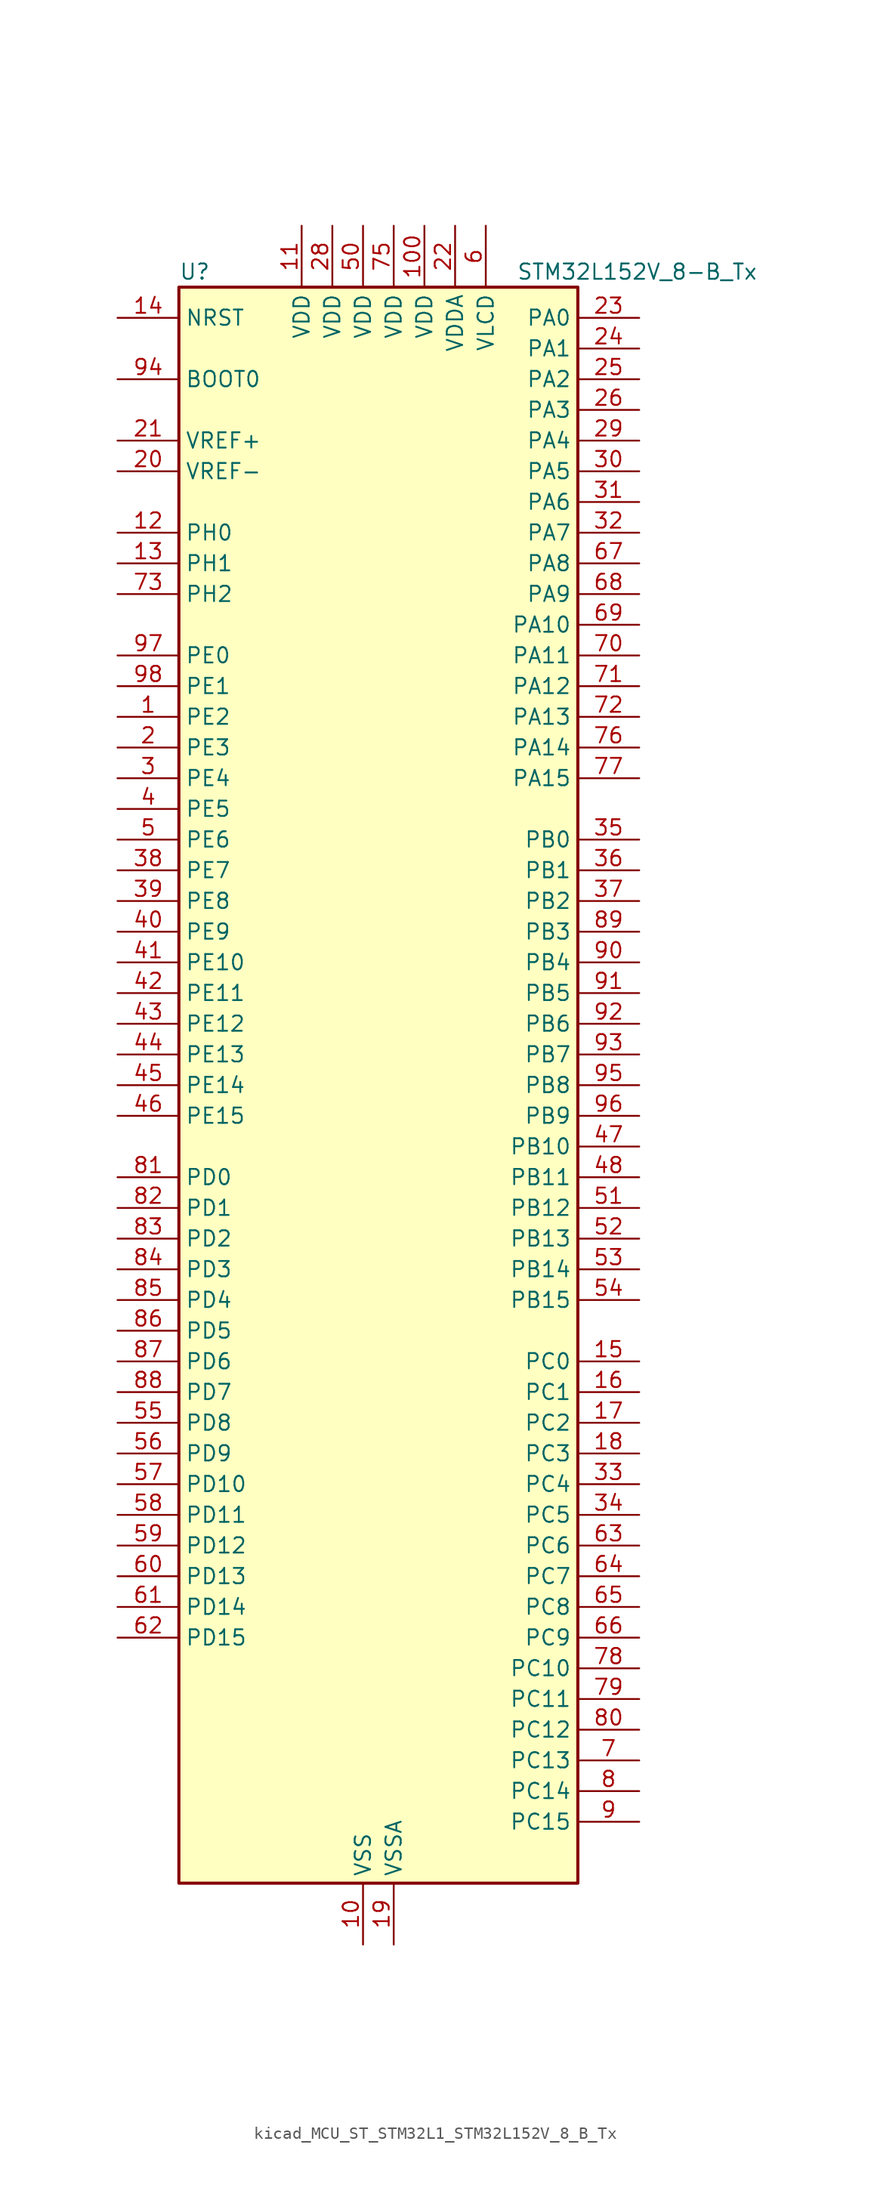
<source format=kicad_sym>
(kicad_symbol_lib
  (version 20220914)
  (generator kicad_symbol_editor)
  (symbol "kicad_MCU_ST_STM32L1_STM32L152V_8_B_Tx"
    (property "Reference" "U"
      (at -15.24 67.31 0)
      (effects (font (size 1.27 1.27)) (justify left)))
    (property "Value" "STM32L152V_8-B_Tx"
      (at 12.7 67.31 0)
      (effects (font (size 1.27 1.27)) (justify left)))
    (property "ki_locked" ""
      (at 0 0 0)
      (effects (font (size 1.27 1.27))))
    (symbol "kicad_MCU_ST_STM32L1_STM32L152V_8_B_Tx_0_1"
      (rectangle (start -15.24 -66.04) (end 17.78 66.04) (stroke (width 0.254) (type default)) (fill (type background))))
    (symbol "kicad_MCU_ST_STM32L1_STM32L152V_8_B_Tx_1_1"
      (pin bidirectional line (at -20.32 30.48 0) (length 5.08) (name "PE2" (effects (font (size 1.27 1.27)))) (number "1" (effects (font (size 1.27 1.27)))) (alternate "LCD_SEG38" bidirectional line) (alternate "SYS_TRACECK" bidirectional line) (alternate "TIM3_ETR" bidirectional line) (alternate "TIMX_IC3" bidirectional line))
      (pin power_in line (at 0 -71.12 90) (length 5.08) (name "VSS" (effects (font (size 1.27 1.27)))) (number "10" (effects (font (size 1.27 1.27)))))
      (pin power_in line (at 5.08 71.12 270) (length 5.08) (name "VDD" (effects (font (size 1.27 1.27)))) (number "100" (effects (font (size 1.27 1.27)))))
      (pin power_in line (at -5.08 71.12 270) (length 5.08) (name "VDD" (effects (font (size 1.27 1.27)))) (number "11" (effects (font (size 1.27 1.27)))))
      (pin bidirectional line (at -20.32 45.72 0) (length 5.08) (name "PH0" (effects (font (size 1.27 1.27)))) (number "12" (effects (font (size 1.27 1.27)))) (alternate "RCC_OSC_IN" bidirectional line))
      (pin bidirectional line (at -20.32 43.18 0) (length 5.08) (name "PH1" (effects (font (size 1.27 1.27)))) (number "13" (effects (font (size 1.27 1.27)))) (alternate "RCC_OSC_OUT" bidirectional line))
      (pin input line (at -20.32 63.5 0) (length 5.08) (name "NRST" (effects (font (size 1.27 1.27)))) (number "14" (effects (font (size 1.27 1.27)))))
      (pin bidirectional line (at 22.86 -22.86 180) (length 5.08) (name "PC0" (effects (font (size 1.27 1.27)))) (number "15" (effects (font (size 1.27 1.27)))) (alternate "ADC_IN10" bidirectional line) (alternate "COMP1_INP" bidirectional line) (alternate "LCD_SEG18" bidirectional line) (alternate "TIMX_IC1" bidirectional line) (alternate "TS_G8_IO1" bidirectional line))
      (pin bidirectional line (at 22.86 -25.4 180) (length 5.08) (name "PC1" (effects (font (size 1.27 1.27)))) (number "16" (effects (font (size 1.27 1.27)))) (alternate "ADC_IN11" bidirectional line) (alternate "COMP1_INP" bidirectional line) (alternate "LCD_SEG19" bidirectional line) (alternate "TIMX_IC2" bidirectional line) (alternate "TS_G8_IO2" bidirectional line))
      (pin bidirectional line (at 22.86 -27.94 180) (length 5.08) (name "PC2" (effects (font (size 1.27 1.27)))) (number "17" (effects (font (size 1.27 1.27)))) (alternate "ADC_IN12" bidirectional line) (alternate "COMP1_INP" bidirectional line) (alternate "LCD_SEG20" bidirectional line) (alternate "TIMX_IC3" bidirectional line) (alternate "TS_G8_IO3" bidirectional line))
      (pin bidirectional line (at 22.86 -30.48 180) (length 5.08) (name "PC3" (effects (font (size 1.27 1.27)))) (number "18" (effects (font (size 1.27 1.27)))) (alternate "ADC_IN13" bidirectional line) (alternate "COMP1_INP" bidirectional line) (alternate "LCD_SEG21" bidirectional line) (alternate "TIMX_IC4" bidirectional line) (alternate "TS_G8_IO4" bidirectional line))
      (pin power_in line (at 2.54 -71.12 90) (length 5.08) (name "VSSA" (effects (font (size 1.27 1.27)))) (number "19" (effects (font (size 1.27 1.27)))))
      (pin bidirectional line (at -20.32 27.94 0) (length 5.08) (name "PE3" (effects (font (size 1.27 1.27)))) (number "2" (effects (font (size 1.27 1.27)))) (alternate "LCD_SEG39" bidirectional line) (alternate "SYS_TRACED0" bidirectional line) (alternate "TIM3_CH1" bidirectional line) (alternate "TIMX_IC4" bidirectional line))
      (pin input line (at -20.32 50.8 0) (length 5.08) (name "VREF-" (effects (font (size 1.27 1.27)))) (number "20" (effects (font (size 1.27 1.27)))))
      (pin input line (at -20.32 53.34 0) (length 5.08) (name "VREF+" (effects (font (size 1.27 1.27)))) (number "21" (effects (font (size 1.27 1.27)))))
      (pin power_in line (at 7.62 71.12 270) (length 5.08) (name "VDDA" (effects (font (size 1.27 1.27)))) (number "22" (effects (font (size 1.27 1.27)))))
      (pin bidirectional line (at 22.86 63.5 180) (length 5.08) (name "PA0" (effects (font (size 1.27 1.27)))) (number "23" (effects (font (size 1.27 1.27)))) (alternate "ADC_IN0" bidirectional line) (alternate "COMP1_INP" bidirectional line) (alternate "SYS_WKUP1" bidirectional line) (alternate "TIM2_CH1" bidirectional line) (alternate "TIM2_ETR" bidirectional line) (alternate "TIMX_IC1" bidirectional line) (alternate "TS_G1_IO1" bidirectional line) (alternate "USART2_CTS" bidirectional line))
      (pin bidirectional line (at 22.86 60.96 180) (length 5.08) (name "PA1" (effects (font (size 1.27 1.27)))) (number "24" (effects (font (size 1.27 1.27)))) (alternate "ADC_IN1" bidirectional line) (alternate "COMP1_INP" bidirectional line) (alternate "LCD_SEG0" bidirectional line) (alternate "TIM2_CH2" bidirectional line) (alternate "TIMX_IC2" bidirectional line) (alternate "TS_G1_IO2" bidirectional line) (alternate "USART2_RTS" bidirectional line))
      (pin bidirectional line (at 22.86 58.42 180) (length 5.08) (name "PA2" (effects (font (size 1.27 1.27)))) (number "25" (effects (font (size 1.27 1.27)))) (alternate "ADC_IN2" bidirectional line) (alternate "COMP1_INP" bidirectional line) (alternate "LCD_SEG1" bidirectional line) (alternate "TIM2_CH3" bidirectional line) (alternate "TIM9_CH1" bidirectional line) (alternate "TIMX_IC3" bidirectional line) (alternate "TS_G1_IO3" bidirectional line) (alternate "USART2_TX" bidirectional line))
      (pin bidirectional line (at 22.86 55.88 180) (length 5.08) (name "PA3" (effects (font (size 1.27 1.27)))) (number "26" (effects (font (size 1.27 1.27)))) (alternate "ADC_IN3" bidirectional line) (alternate "COMP1_INP" bidirectional line) (alternate "LCD_SEG2" bidirectional line) (alternate "TIM2_CH4" bidirectional line) (alternate "TIM9_CH2" bidirectional line) (alternate "TIMX_IC4" bidirectional line) (alternate "TS_G1_IO4" bidirectional line) (alternate "USART2_RX" bidirectional line))
      (pin passive line (at 0 -71.12 90) (length 5.08) hide (name "VSS" (effects (font (size 1.27 1.27)))) (number "27" (effects (font (size 1.27 1.27)))))
      (pin power_in line (at -2.54 71.12 270) (length 5.08) (name "VDD" (effects (font (size 1.27 1.27)))) (number "28" (effects (font (size 1.27 1.27)))))
      (pin bidirectional line (at 22.86 53.34 180) (length 5.08) (name "PA4" (effects (font (size 1.27 1.27)))) (number "29" (effects (font (size 1.27 1.27)))) (alternate "ADC_IN4" bidirectional line) (alternate "COMP1_INP" bidirectional line) (alternate "DAC_OUT1" bidirectional line) (alternate "SPI1_NSS" bidirectional line) (alternate "TIMX_IC1" bidirectional line) (alternate "USART2_CK" bidirectional line))
      (pin bidirectional line (at -20.32 25.4 0) (length 5.08) (name "PE4" (effects (font (size 1.27 1.27)))) (number "3" (effects (font (size 1.27 1.27)))) (alternate "SYS_TRACED1" bidirectional line) (alternate "TIM3_CH2" bidirectional line) (alternate "TIMX_IC1" bidirectional line))
      (pin bidirectional line (at 22.86 50.8 180) (length 5.08) (name "PA5" (effects (font (size 1.27 1.27)))) (number "30" (effects (font (size 1.27 1.27)))) (alternate "ADC_IN5" bidirectional line) (alternate "COMP1_INP" bidirectional line) (alternate "DAC_OUT2" bidirectional line) (alternate "SPI1_SCK" bidirectional line) (alternate "TIM2_CH1" bidirectional line) (alternate "TIM2_ETR" bidirectional line) (alternate "TIMX_IC2" bidirectional line))
      (pin bidirectional line (at 22.86 48.26 180) (length 5.08) (name "PA6" (effects (font (size 1.27 1.27)))) (number "31" (effects (font (size 1.27 1.27)))) (alternate "ADC_IN6" bidirectional line) (alternate "COMP1_INP" bidirectional line) (alternate "LCD_SEG3" bidirectional line) (alternate "SPI1_MISO" bidirectional line) (alternate "TIM10_CH1" bidirectional line) (alternate "TIM3_CH1" bidirectional line) (alternate "TIMX_IC3" bidirectional line) (alternate "TS_G2_IO1" bidirectional line))
      (pin bidirectional line (at 22.86 45.72 180) (length 5.08) (name "PA7" (effects (font (size 1.27 1.27)))) (number "32" (effects (font (size 1.27 1.27)))) (alternate "ADC_IN7" bidirectional line) (alternate "COMP1_INP" bidirectional line) (alternate "LCD_SEG4" bidirectional line) (alternate "SPI1_MOSI" bidirectional line) (alternate "TIM11_CH1" bidirectional line) (alternate "TIM3_CH2" bidirectional line) (alternate "TIMX_IC4" bidirectional line) (alternate "TS_G2_IO2" bidirectional line))
      (pin bidirectional line (at 22.86 -33.02 180) (length 5.08) (name "PC4" (effects (font (size 1.27 1.27)))) (number "33" (effects (font (size 1.27 1.27)))) (alternate "ADC_IN14" bidirectional line) (alternate "COMP1_INP" bidirectional line) (alternate "LCD_SEG22" bidirectional line) (alternate "TIMX_IC1" bidirectional line) (alternate "TS_G9_IO1" bidirectional line))
      (pin bidirectional line (at 22.86 -35.56 180) (length 5.08) (name "PC5" (effects (font (size 1.27 1.27)))) (number "34" (effects (font (size 1.27 1.27)))) (alternate "ADC_IN15" bidirectional line) (alternate "COMP1_INP" bidirectional line) (alternate "LCD_SEG23" bidirectional line) (alternate "TIMX_IC2" bidirectional line) (alternate "TS_G9_IO2" bidirectional line))
      (pin bidirectional line (at 22.86 20.32 180) (length 5.08) (name "PB0" (effects (font (size 1.27 1.27)))) (number "35" (effects (font (size 1.27 1.27)))) (alternate "ADC_IN8" bidirectional line) (alternate "COMP1_INP" bidirectional line) (alternate "LCD_SEG5" bidirectional line) (alternate "SYS_V_REF_OUT" bidirectional line) (alternate "TIM3_CH3" bidirectional line) (alternate "TS_G3_IO1" bidirectional line))
      (pin bidirectional line (at 22.86 17.78 180) (length 5.08) (name "PB1" (effects (font (size 1.27 1.27)))) (number "36" (effects (font (size 1.27 1.27)))) (alternate "ADC_IN9" bidirectional line) (alternate "COMP1_INP" bidirectional line) (alternate "LCD_SEG6" bidirectional line) (alternate "SYS_V_REF_OUT" bidirectional line) (alternate "TIM3_CH4" bidirectional line) (alternate "TS_G3_IO2" bidirectional line))
      (pin bidirectional line (at 22.86 15.24 180) (length 5.08) (name "PB2" (effects (font (size 1.27 1.27)))) (number "37" (effects (font (size 1.27 1.27)))))
      (pin bidirectional line (at -20.32 17.78 0) (length 5.08) (name "PE7" (effects (font (size 1.27 1.27)))) (number "38" (effects (font (size 1.27 1.27)))) (alternate "ADC_IN22" bidirectional line) (alternate "COMP1_INP" bidirectional line) (alternate "TIMX_IC4" bidirectional line))
      (pin bidirectional line (at -20.32 15.24 0) (length 5.08) (name "PE8" (effects (font (size 1.27 1.27)))) (number "39" (effects (font (size 1.27 1.27)))) (alternate "ADC_IN23" bidirectional line) (alternate "COMP1_INP" bidirectional line) (alternate "TIMX_IC1" bidirectional line))
      (pin bidirectional line (at -20.32 22.86 0) (length 5.08) (name "PE5" (effects (font (size 1.27 1.27)))) (number "4" (effects (font (size 1.27 1.27)))) (alternate "SYS_TRACED2" bidirectional line) (alternate "TIM9_CH1" bidirectional line) (alternate "TIMX_IC2" bidirectional line))
      (pin bidirectional line (at -20.32 12.7 0) (length 5.08) (name "PE9" (effects (font (size 1.27 1.27)))) (number "40" (effects (font (size 1.27 1.27)))) (alternate "ADC_IN24" bidirectional line) (alternate "COMP1_INP" bidirectional line) (alternate "DAC_EXTI9" bidirectional line) (alternate "TIM2_CH1" bidirectional line) (alternate "TIM2_ETR" bidirectional line) (alternate "TIMX_IC2" bidirectional line))
      (pin bidirectional line (at -20.32 10.16 0) (length 5.08) (name "PE10" (effects (font (size 1.27 1.27)))) (number "41" (effects (font (size 1.27 1.27)))) (alternate "ADC_IN25" bidirectional line) (alternate "COMP1_INP" bidirectional line) (alternate "TIM2_CH2" bidirectional line) (alternate "TIMX_IC3" bidirectional line))
      (pin bidirectional line (at -20.32 7.62 0) (length 5.08) (name "PE11" (effects (font (size 1.27 1.27)))) (number "42" (effects (font (size 1.27 1.27)))) (alternate "ADC_EXTI11" bidirectional line) (alternate "TIM2_CH3" bidirectional line) (alternate "TIMX_IC4" bidirectional line))
      (pin bidirectional line (at -20.32 5.08 0) (length 5.08) (name "PE12" (effects (font (size 1.27 1.27)))) (number "43" (effects (font (size 1.27 1.27)))) (alternate "SPI1_NSS" bidirectional line) (alternate "TIM2_CH4" bidirectional line) (alternate "TIMX_IC1" bidirectional line))
      (pin bidirectional line (at -20.32 2.54 0) (length 5.08) (name "PE13" (effects (font (size 1.27 1.27)))) (number "44" (effects (font (size 1.27 1.27)))) (alternate "SPI1_SCK" bidirectional line) (alternate "TIMX_IC2" bidirectional line))
      (pin bidirectional line (at -20.32 0 0) (length 5.08) (name "PE14" (effects (font (size 1.27 1.27)))) (number "45" (effects (font (size 1.27 1.27)))) (alternate "SPI1_MISO" bidirectional line) (alternate "TIMX_IC3" bidirectional line))
      (pin bidirectional line (at -20.32 -2.54 0) (length 5.08) (name "PE15" (effects (font (size 1.27 1.27)))) (number "46" (effects (font (size 1.27 1.27)))) (alternate "ADC_EXTI15" bidirectional line) (alternate "SPI1_MOSI" bidirectional line) (alternate "TIMX_IC4" bidirectional line))
      (pin bidirectional line (at 22.86 -5.08 180) (length 5.08) (name "PB10" (effects (font (size 1.27 1.27)))) (number "47" (effects (font (size 1.27 1.27)))) (alternate "I2C2_SCL" bidirectional line) (alternate "LCD_SEG10" bidirectional line) (alternate "TIM2_CH3" bidirectional line) (alternate "USART3_TX" bidirectional line))
      (pin bidirectional line (at 22.86 -7.62 180) (length 5.08) (name "PB11" (effects (font (size 1.27 1.27)))) (number "48" (effects (font (size 1.27 1.27)))) (alternate "ADC_EXTI11" bidirectional line) (alternate "I2C2_SDA" bidirectional line) (alternate "LCD_SEG11" bidirectional line) (alternate "TIM2_CH4" bidirectional line) (alternate "USART3_RX" bidirectional line))
      (pin passive line (at 0 -71.12 90) (length 5.08) hide (name "VSS" (effects (font (size 1.27 1.27)))) (number "49" (effects (font (size 1.27 1.27)))))
      (pin bidirectional line (at -20.32 20.32 0) (length 5.08) (name "PE6" (effects (font (size 1.27 1.27)))) (number "5" (effects (font (size 1.27 1.27)))) (alternate "SYS_TRACED3" bidirectional line) (alternate "SYS_WKUP3" bidirectional line) (alternate "TIM9_CH2" bidirectional line) (alternate "TIMX_IC3" bidirectional line))
      (pin power_in line (at 0 71.12 270) (length 5.08) (name "VDD" (effects (font (size 1.27 1.27)))) (number "50" (effects (font (size 1.27 1.27)))))
      (pin bidirectional line (at 22.86 -10.16 180) (length 5.08) (name "PB12" (effects (font (size 1.27 1.27)))) (number "51" (effects (font (size 1.27 1.27)))) (alternate "ADC_IN18" bidirectional line) (alternate "COMP1_INP" bidirectional line) (alternate "I2C2_SMBA" bidirectional line) (alternate "LCD_SEG12" bidirectional line) (alternate "SPI2_NSS" bidirectional line) (alternate "TIM10_CH1" bidirectional line) (alternate "TS_G7_IO1" bidirectional line) (alternate "USART3_CK" bidirectional line))
      (pin bidirectional line (at 22.86 -12.7 180) (length 5.08) (name "PB13" (effects (font (size 1.27 1.27)))) (number "52" (effects (font (size 1.27 1.27)))) (alternate "ADC_IN19" bidirectional line) (alternate "COMP1_INP" bidirectional line) (alternate "LCD_SEG13" bidirectional line) (alternate "SPI2_SCK" bidirectional line) (alternate "TIM9_CH1" bidirectional line) (alternate "TS_G7_IO2" bidirectional line) (alternate "USART3_CTS" bidirectional line))
      (pin bidirectional line (at 22.86 -15.24 180) (length 5.08) (name "PB14" (effects (font (size 1.27 1.27)))) (number "53" (effects (font (size 1.27 1.27)))) (alternate "ADC_IN20" bidirectional line) (alternate "COMP1_INP" bidirectional line) (alternate "LCD_SEG14" bidirectional line) (alternate "SPI2_MISO" bidirectional line) (alternate "TIM9_CH2" bidirectional line) (alternate "TS_G7_IO3" bidirectional line) (alternate "USART3_RTS" bidirectional line))
      (pin bidirectional line (at 22.86 -17.78 180) (length 5.08) (name "PB15" (effects (font (size 1.27 1.27)))) (number "54" (effects (font (size 1.27 1.27)))) (alternate "ADC_EXTI15" bidirectional line) (alternate "ADC_IN21" bidirectional line) (alternate "COMP1_INP" bidirectional line) (alternate "LCD_SEG15" bidirectional line) (alternate "RTC_REFIN" bidirectional line) (alternate "SPI2_MOSI" bidirectional line) (alternate "TIM11_CH1" bidirectional line) (alternate "TS_G7_IO4" bidirectional line))
      (pin bidirectional line (at -20.32 -27.94 0) (length 5.08) (name "PD8" (effects (font (size 1.27 1.27)))) (number "55" (effects (font (size 1.27 1.27)))) (alternate "LCD_SEG28" bidirectional line) (alternate "TIMX_IC1" bidirectional line) (alternate "USART3_TX" bidirectional line))
      (pin bidirectional line (at -20.32 -30.48 0) (length 5.08) (name "PD9" (effects (font (size 1.27 1.27)))) (number "56" (effects (font (size 1.27 1.27)))) (alternate "DAC_EXTI9" bidirectional line) (alternate "LCD_SEG29" bidirectional line) (alternate "TIMX_IC2" bidirectional line) (alternate "USART3_RX" bidirectional line))
      (pin bidirectional line (at -20.32 -33.02 0) (length 5.08) (name "PD10" (effects (font (size 1.27 1.27)))) (number "57" (effects (font (size 1.27 1.27)))) (alternate "LCD_SEG30" bidirectional line) (alternate "TIMX_IC3" bidirectional line) (alternate "USART3_CK" bidirectional line))
      (pin bidirectional line (at -20.32 -35.56 0) (length 5.08) (name "PD11" (effects (font (size 1.27 1.27)))) (number "58" (effects (font (size 1.27 1.27)))) (alternate "ADC_EXTI11" bidirectional line) (alternate "LCD_SEG31" bidirectional line) (alternate "TIMX_IC4" bidirectional line) (alternate "USART3_CTS" bidirectional line))
      (pin bidirectional line (at -20.32 -38.1 0) (length 5.08) (name "PD12" (effects (font (size 1.27 1.27)))) (number "59" (effects (font (size 1.27 1.27)))) (alternate "LCD_SEG32" bidirectional line) (alternate "TIM4_CH1" bidirectional line) (alternate "TIMX_IC1" bidirectional line) (alternate "USART3_RTS" bidirectional line))
      (pin power_in line (at 10.16 71.12 270) (length 5.08) (name "VLCD" (effects (font (size 1.27 1.27)))) (number "6" (effects (font (size 1.27 1.27)))))
      (pin bidirectional line (at -20.32 -40.64 0) (length 5.08) (name "PD13" (effects (font (size 1.27 1.27)))) (number "60" (effects (font (size 1.27 1.27)))) (alternate "LCD_SEG33" bidirectional line) (alternate "TIM4_CH2" bidirectional line) (alternate "TIMX_IC2" bidirectional line))
      (pin bidirectional line (at -20.32 -43.18 0) (length 5.08) (name "PD14" (effects (font (size 1.27 1.27)))) (number "61" (effects (font (size 1.27 1.27)))) (alternate "LCD_SEG34" bidirectional line) (alternate "TIM4_CH3" bidirectional line) (alternate "TIMX_IC3" bidirectional line))
      (pin bidirectional line (at -20.32 -45.72 0) (length 5.08) (name "PD15" (effects (font (size 1.27 1.27)))) (number "62" (effects (font (size 1.27 1.27)))) (alternate "ADC_EXTI15" bidirectional line) (alternate "LCD_SEG35" bidirectional line) (alternate "TIM4_CH4" bidirectional line) (alternate "TIMX_IC4" bidirectional line))
      (pin bidirectional line (at 22.86 -38.1 180) (length 5.08) (name "PC6" (effects (font (size 1.27 1.27)))) (number "63" (effects (font (size 1.27 1.27)))) (alternate "LCD_SEG24" bidirectional line) (alternate "TIM3_CH1" bidirectional line) (alternate "TIMX_IC3" bidirectional line) (alternate "TS_G10_IO1" bidirectional line))
      (pin bidirectional line (at 22.86 -40.64 180) (length 5.08) (name "PC7" (effects (font (size 1.27 1.27)))) (number "64" (effects (font (size 1.27 1.27)))) (alternate "LCD_SEG25" bidirectional line) (alternate "TIM3_CH2" bidirectional line) (alternate "TIMX_IC4" bidirectional line) (alternate "TS_G10_IO2" bidirectional line))
      (pin bidirectional line (at 22.86 -43.18 180) (length 5.08) (name "PC8" (effects (font (size 1.27 1.27)))) (number "65" (effects (font (size 1.27 1.27)))) (alternate "LCD_SEG26" bidirectional line) (alternate "TIM3_CH3" bidirectional line) (alternate "TIMX_IC1" bidirectional line) (alternate "TS_G10_IO3" bidirectional line))
      (pin bidirectional line (at 22.86 -45.72 180) (length 5.08) (name "PC9" (effects (font (size 1.27 1.27)))) (number "66" (effects (font (size 1.27 1.27)))) (alternate "DAC_EXTI9" bidirectional line) (alternate "LCD_SEG27" bidirectional line) (alternate "TIM3_CH4" bidirectional line) (alternate "TIMX_IC2" bidirectional line) (alternate "TS_G10_IO4" bidirectional line))
      (pin bidirectional line (at 22.86 43.18 180) (length 5.08) (name "PA8" (effects (font (size 1.27 1.27)))) (number "67" (effects (font (size 1.27 1.27)))) (alternate "LCD_COM0" bidirectional line) (alternate "RCC_MCO" bidirectional line) (alternate "TIMX_IC1" bidirectional line) (alternate "TS_G4_IO1" bidirectional line) (alternate "USART1_CK" bidirectional line))
      (pin bidirectional line (at 22.86 40.64 180) (length 5.08) (name "PA9" (effects (font (size 1.27 1.27)))) (number "68" (effects (font (size 1.27 1.27)))) (alternate "DAC_EXTI9" bidirectional line) (alternate "LCD_COM1" bidirectional line) (alternate "TIMX_IC2" bidirectional line) (alternate "TS_G4_IO2" bidirectional line) (alternate "USART1_TX" bidirectional line))
      (pin bidirectional line (at 22.86 38.1 180) (length 5.08) (name "PA10" (effects (font (size 1.27 1.27)))) (number "69" (effects (font (size 1.27 1.27)))) (alternate "LCD_COM2" bidirectional line) (alternate "TIMX_IC3" bidirectional line) (alternate "TS_G4_IO3" bidirectional line) (alternate "USART1_RX" bidirectional line))
      (pin bidirectional line (at 22.86 -55.88 180) (length 5.08) (name "PC13" (effects (font (size 1.27 1.27)))) (number "7" (effects (font (size 1.27 1.27)))) (alternate "RTC_OUT_ALARM" bidirectional line) (alternate "RTC_OUT_CALIB" bidirectional line) (alternate "RTC_TAMP1" bidirectional line) (alternate "RTC_TS" bidirectional line) (alternate "SYS_WKUP2" bidirectional line) (alternate "TIMX_IC2" bidirectional line))
      (pin bidirectional line (at 22.86 35.56 180) (length 5.08) (name "PA11" (effects (font (size 1.27 1.27)))) (number "70" (effects (font (size 1.27 1.27)))) (alternate "ADC_EXTI11" bidirectional line) (alternate "SPI1_MISO" bidirectional line) (alternate "TIMX_IC4" bidirectional line) (alternate "USART1_CTS" bidirectional line) (alternate "USB_DM" bidirectional line))
      (pin bidirectional line (at 22.86 33.02 180) (length 5.08) (name "PA12" (effects (font (size 1.27 1.27)))) (number "71" (effects (font (size 1.27 1.27)))) (alternate "SPI1_MOSI" bidirectional line) (alternate "TIMX_IC1" bidirectional line) (alternate "USART1_RTS" bidirectional line) (alternate "USB_DP" bidirectional line))
      (pin bidirectional line (at 22.86 30.48 180) (length 5.08) (name "PA13" (effects (font (size 1.27 1.27)))) (number "72" (effects (font (size 1.27 1.27)))) (alternate "SYS_JTMS-SWDIO" bidirectional line) (alternate "TIMX_IC2" bidirectional line) (alternate "TS_G5_IO1" bidirectional line))
      (pin bidirectional line (at -20.32 40.64 0) (length 5.08) (name "PH2" (effects (font (size 1.27 1.27)))) (number "73" (effects (font (size 1.27 1.27)))))
      (pin passive line (at 0 -71.12 90) (length 5.08) hide (name "VSS" (effects (font (size 1.27 1.27)))) (number "74" (effects (font (size 1.27 1.27)))))
      (pin power_in line (at 2.54 71.12 270) (length 5.08) (name "VDD" (effects (font (size 1.27 1.27)))) (number "75" (effects (font (size 1.27 1.27)))))
      (pin bidirectional line (at 22.86 27.94 180) (length 5.08) (name "PA14" (effects (font (size 1.27 1.27)))) (number "76" (effects (font (size 1.27 1.27)))) (alternate "SYS_JTCK-SWCLK" bidirectional line) (alternate "TIMX_IC3" bidirectional line) (alternate "TS_G5_IO2" bidirectional line))
      (pin bidirectional line (at 22.86 25.4 180) (length 5.08) (name "PA15" (effects (font (size 1.27 1.27)))) (number "77" (effects (font (size 1.27 1.27)))) (alternate "ADC_EXTI15" bidirectional line) (alternate "LCD_SEG17" bidirectional line) (alternate "SPI1_NSS" bidirectional line) (alternate "SYS_JTDI" bidirectional line) (alternate "TIM2_CH1" bidirectional line) (alternate "TIM2_ETR" bidirectional line) (alternate "TIMX_IC4" bidirectional line) (alternate "TS_G5_IO3" bidirectional line))
      (pin bidirectional line (at 22.86 -48.26 180) (length 5.08) (name "PC10" (effects (font (size 1.27 1.27)))) (number "78" (effects (font (size 1.27 1.27)))) (alternate "LCD_COM4" bidirectional line) (alternate "LCD_SEG28" bidirectional line) (alternate "LCD_SEG40" bidirectional line) (alternate "TIMX_IC3" bidirectional line) (alternate "USART3_TX" bidirectional line))
      (pin bidirectional line (at 22.86 -50.8 180) (length 5.08) (name "PC11" (effects (font (size 1.27 1.27)))) (number "79" (effects (font (size 1.27 1.27)))) (alternate "ADC_EXTI11" bidirectional line) (alternate "LCD_COM5" bidirectional line) (alternate "LCD_SEG29" bidirectional line) (alternate "LCD_SEG41" bidirectional line) (alternate "TIMX_IC4" bidirectional line) (alternate "USART3_RX" bidirectional line))
      (pin bidirectional line (at 22.86 -58.42 180) (length 5.08) (name "PC14" (effects (font (size 1.27 1.27)))) (number "8" (effects (font (size 1.27 1.27)))) (alternate "RCC_OSC32_IN" bidirectional line) (alternate "TIMX_IC3" bidirectional line))
      (pin bidirectional line (at 22.86 -53.34 180) (length 5.08) (name "PC12" (effects (font (size 1.27 1.27)))) (number "80" (effects (font (size 1.27 1.27)))) (alternate "LCD_COM6" bidirectional line) (alternate "LCD_SEG30" bidirectional line) (alternate "LCD_SEG42" bidirectional line) (alternate "TIMX_IC1" bidirectional line) (alternate "USART3_CK" bidirectional line))
      (pin bidirectional line (at -20.32 -7.62 0) (length 5.08) (name "PD0" (effects (font (size 1.27 1.27)))) (number "81" (effects (font (size 1.27 1.27)))) (alternate "SPI2_NSS" bidirectional line) (alternate "TIM9_CH1" bidirectional line) (alternate "TIMX_IC1" bidirectional line))
      (pin bidirectional line (at -20.32 -10.16 0) (length 5.08) (name "PD1" (effects (font (size 1.27 1.27)))) (number "82" (effects (font (size 1.27 1.27)))) (alternate "SPI2_SCK" bidirectional line) (alternate "TIMX_IC2" bidirectional line))
      (pin bidirectional line (at -20.32 -12.7 0) (length 5.08) (name "PD2" (effects (font (size 1.27 1.27)))) (number "83" (effects (font (size 1.27 1.27)))) (alternate "LCD_COM7" bidirectional line) (alternate "LCD_SEG31" bidirectional line) (alternate "LCD_SEG43" bidirectional line) (alternate "TIM3_ETR" bidirectional line) (alternate "TIMX_IC3" bidirectional line))
      (pin bidirectional line (at -20.32 -15.24 0) (length 5.08) (name "PD3" (effects (font (size 1.27 1.27)))) (number "84" (effects (font (size 1.27 1.27)))) (alternate "SPI2_MISO" bidirectional line) (alternate "TIMX_IC4" bidirectional line) (alternate "USART2_CTS" bidirectional line))
      (pin bidirectional line (at -20.32 -17.78 0) (length 5.08) (name "PD4" (effects (font (size 1.27 1.27)))) (number "85" (effects (font (size 1.27 1.27)))) (alternate "SPI2_MOSI" bidirectional line) (alternate "TIMX_IC1" bidirectional line) (alternate "USART2_RTS" bidirectional line))
      (pin bidirectional line (at -20.32 -20.32 0) (length 5.08) (name "PD5" (effects (font (size 1.27 1.27)))) (number "86" (effects (font (size 1.27 1.27)))) (alternate "TIMX_IC2" bidirectional line) (alternate "USART2_TX" bidirectional line))
      (pin bidirectional line (at -20.32 -22.86 0) (length 5.08) (name "PD6" (effects (font (size 1.27 1.27)))) (number "87" (effects (font (size 1.27 1.27)))) (alternate "TIMX_IC3" bidirectional line) (alternate "USART2_RX" bidirectional line))
      (pin bidirectional line (at -20.32 -25.4 0) (length 5.08) (name "PD7" (effects (font (size 1.27 1.27)))) (number "88" (effects (font (size 1.27 1.27)))) (alternate "TIM9_CH2" bidirectional line) (alternate "TIMX_IC4" bidirectional line) (alternate "USART2_CK" bidirectional line))
      (pin bidirectional line (at 22.86 12.7 180) (length 5.08) (name "PB3" (effects (font (size 1.27 1.27)))) (number "89" (effects (font (size 1.27 1.27)))) (alternate "COMP2_INM" bidirectional line) (alternate "LCD_SEG7" bidirectional line) (alternate "SPI1_SCK" bidirectional line) (alternate "SYS_JTDO-TRACESWO" bidirectional line) (alternate "TIM2_CH2" bidirectional line))
      (pin bidirectional line (at 22.86 -60.96 180) (length 5.08) (name "PC15" (effects (font (size 1.27 1.27)))) (number "9" (effects (font (size 1.27 1.27)))) (alternate "ADC_EXTI15" bidirectional line) (alternate "RCC_OSC32_OUT" bidirectional line) (alternate "TIMX_IC4" bidirectional line))
      (pin bidirectional line (at 22.86 10.16 180) (length 5.08) (name "PB4" (effects (font (size 1.27 1.27)))) (number "90" (effects (font (size 1.27 1.27)))) (alternate "COMP2_INP" bidirectional line) (alternate "LCD_SEG8" bidirectional line) (alternate "SPI1_MISO" bidirectional line) (alternate "SYS_JTRST" bidirectional line) (alternate "TIM3_CH1" bidirectional line) (alternate "TS_G6_IO1" bidirectional line))
      (pin bidirectional line (at 22.86 7.62 180) (length 5.08) (name "PB5" (effects (font (size 1.27 1.27)))) (number "91" (effects (font (size 1.27 1.27)))) (alternate "COMP2_INP" bidirectional line) (alternate "I2C1_SMBA" bidirectional line) (alternate "LCD_SEG9" bidirectional line) (alternate "SPI1_MOSI" bidirectional line) (alternate "TIM3_CH2" bidirectional line) (alternate "TS_G6_IO2" bidirectional line))
      (pin bidirectional line (at 22.86 5.08 180) (length 5.08) (name "PB6" (effects (font (size 1.27 1.27)))) (number "92" (effects (font (size 1.27 1.27)))) (alternate "I2C1_SCL" bidirectional line) (alternate "TIM4_CH1" bidirectional line) (alternate "USART1_TX" bidirectional line))
      (pin bidirectional line (at 22.86 2.54 180) (length 5.08) (name "PB7" (effects (font (size 1.27 1.27)))) (number "93" (effects (font (size 1.27 1.27)))) (alternate "I2C1_SDA" bidirectional line) (alternate "SYS_PVD_IN" bidirectional line) (alternate "TIM4_CH2" bidirectional line) (alternate "USART1_RX" bidirectional line))
      (pin input line (at -20.32 58.42 0) (length 5.08) (name "BOOT0" (effects (font (size 1.27 1.27)))) (number "94" (effects (font (size 1.27 1.27)))))
      (pin bidirectional line (at 22.86 0 180) (length 5.08) (name "PB8" (effects (font (size 1.27 1.27)))) (number "95" (effects (font (size 1.27 1.27)))) (alternate "I2C1_SCL" bidirectional line) (alternate "LCD_SEG16" bidirectional line) (alternate "TIM10_CH1" bidirectional line) (alternate "TIM4_CH3" bidirectional line))
      (pin bidirectional line (at 22.86 -2.54 180) (length 5.08) (name "PB9" (effects (font (size 1.27 1.27)))) (number "96" (effects (font (size 1.27 1.27)))) (alternate "DAC_EXTI9" bidirectional line) (alternate "I2C1_SDA" bidirectional line) (alternate "LCD_COM3" bidirectional line) (alternate "TIM11_CH1" bidirectional line) (alternate "TIM4_CH4" bidirectional line))
      (pin bidirectional line (at -20.32 35.56 0) (length 5.08) (name "PE0" (effects (font (size 1.27 1.27)))) (number "97" (effects (font (size 1.27 1.27)))) (alternate "LCD_SEG36" bidirectional line) (alternate "TIM10_CH1" bidirectional line) (alternate "TIM4_ETR" bidirectional line) (alternate "TIMX_IC1" bidirectional line))
      (pin bidirectional line (at -20.32 33.02 0) (length 5.08) (name "PE1" (effects (font (size 1.27 1.27)))) (number "98" (effects (font (size 1.27 1.27)))) (alternate "LCD_SEG37" bidirectional line) (alternate "TIM11_CH1" bidirectional line) (alternate "TIMX_IC2" bidirectional line))
      (pin passive line (at 0 -71.12 90) (length 5.08) hide (name "VSS" (effects (font (size 1.27 1.27)))) (number "99" (effects (font (size 1.27 1.27))))))))
</source>
